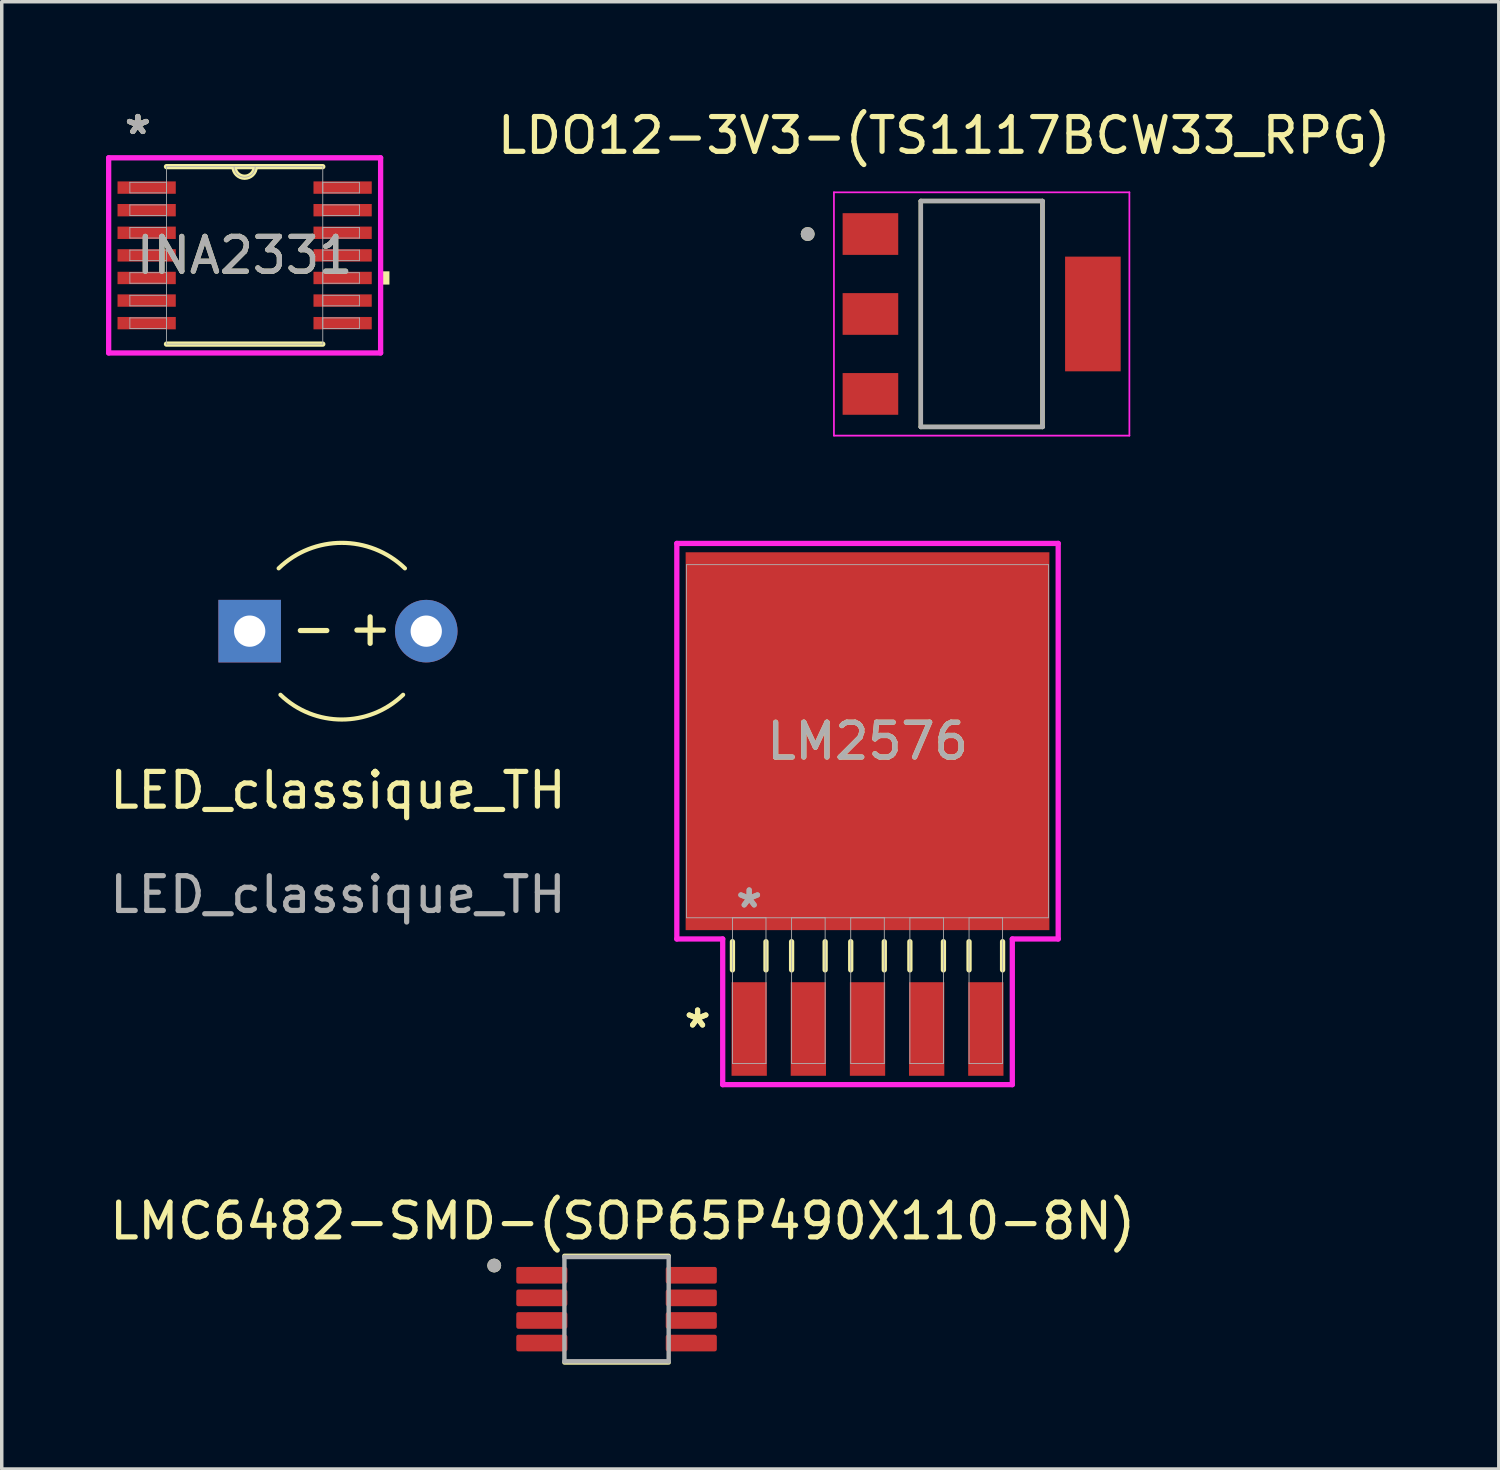
<source format=kicad_pcb>
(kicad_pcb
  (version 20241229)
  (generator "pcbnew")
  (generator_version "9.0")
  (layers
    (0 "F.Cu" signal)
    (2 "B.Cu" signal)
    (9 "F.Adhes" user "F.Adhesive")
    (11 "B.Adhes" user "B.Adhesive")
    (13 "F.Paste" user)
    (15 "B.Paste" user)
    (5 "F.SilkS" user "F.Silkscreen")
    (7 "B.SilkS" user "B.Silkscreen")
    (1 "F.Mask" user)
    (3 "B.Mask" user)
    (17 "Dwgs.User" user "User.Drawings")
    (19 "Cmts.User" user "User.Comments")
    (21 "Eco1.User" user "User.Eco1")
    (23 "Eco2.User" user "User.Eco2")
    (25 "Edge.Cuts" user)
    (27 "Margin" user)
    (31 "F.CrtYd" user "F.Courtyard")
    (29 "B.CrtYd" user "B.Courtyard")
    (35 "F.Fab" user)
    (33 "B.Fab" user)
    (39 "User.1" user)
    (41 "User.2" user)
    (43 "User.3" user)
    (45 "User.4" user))
  (footprint "LDO12-3V3-(TS1117BCW33_RPG)"
    (layer "F.Cu")
    (at 25.192 5.983)
    (property "Reference" "LDO12-3V3-(TS1117BCW33_RPG)" (at -1.08 -5.135 0) (layer "F.SilkS") (effects (font (size 1 1) (thickness 0.15))))
    (attr smd)
    (fp_line (start -1.75 -3.25) (end 1.75 -3.25) (stroke (width 0.127) (type solid)) (layer "F.SilkS"))
    (fp_line (start -1.75 3.25) (end -1.75 -3.25) (stroke (width 0.127) (type solid)) (layer "F.SilkS"))
    (fp_line (start 1.75 -3.25) (end 1.75 3.25) (stroke (width 0.127) (type solid)) (layer "F.SilkS"))
    (fp_line (start 1.75 3.25) (end -1.75 3.25) (stroke (width 0.127) (type solid)) (layer "F.SilkS"))
    (fp_circle (center -5.005 -2.3) (end -4.905 -2.3) (stroke (width 0.2) (type solid)) (fill no) (layer "F.SilkS"))
    (fp_line (start -4.25 -3.5) (end -4.25 3.5) (stroke (width 0.05) (type solid)) (layer "F.CrtYd"))
    (fp_line (start -4.25 3.5) (end 4.25 3.5) (stroke (width 0.05) (type solid)) (layer "F.CrtYd"))
    (fp_line (start 4.25 -3.5) (end -4.25 -3.5) (stroke (width 0.05) (type solid)) (layer "F.CrtYd"))
    (fp_line (start 4.25 3.5) (end 4.25 -3.5) (stroke (width 0.05) (type solid)) (layer "F.CrtYd"))
    (fp_line (start -1.75 -3.25) (end 1.75 -3.25) (stroke (width 0.127) (type solid)) (layer "F.Fab"))
    (fp_line (start -1.75 3.25) (end -1.75 -3.25) (stroke (width 0.127) (type solid)) (layer "F.Fab"))
    (fp_line (start 1.75 -3.25) (end 1.75 3.25) (stroke (width 0.127) (type solid)) (layer "F.Fab"))
    (fp_line (start 1.75 3.25) (end -1.75 3.25) (stroke (width 0.127) (type solid)) (layer "F.Fab"))
    (fp_circle (center -5.005 -2.3) (end -4.905 -2.3) (stroke (width 0.2) (type solid)) (fill no) (layer "F.Fab"))
    (pad "1" smd rect (at -3.2 -2.3) (size 1.6 1.2) (layers "F.Cu" "F.Mask" "F.Paste"))
    (pad "2" smd rect (at -3.2 0) (size 1.6 1.2) (layers "F.Cu" "F.Mask" "F.Paste"))
    (pad "3" smd rect (at -3.2 2.3) (size 1.6 1.2) (layers "F.Cu" "F.Mask" "F.Paste"))
    (pad "4" smd rect (at 3.2 0) (size 1.6 3.3) (layers "F.Cu" "F.Mask" "F.Paste")))
  (footprint "INA2331"
    (layer "F.Cu")
    (at 3.988 4.297)
    (property "Reference" "INA2331" (at 0 0 0) (unlocked yes) (layer "F.SilkS") (effects (font (size 1 1) (thickness 0.15))))
    (attr smd)
    (fp_line (start -2.248 2.553) (end 2.248 2.553) (stroke (width 0.152) (type solid)) (layer "F.SilkS"))
    (fp_line (start 2.248 -2.553) (end -2.248 -2.553) (stroke (width 0.152) (type solid)) (layer "F.SilkS"))
    (fp_arc (start 0.3048 -2.5527) (mid 0 -2.2479) (end -0.3048 -2.5527) (stroke (width 0.1524) (type solid)) (layer "F.SilkS"))
    (fp_poly (pts (xy 4.166 0.459) (xy 4.166 0.84) (xy 3.912 0.84) (xy 3.912 0.459)) (stroke (width 0) (type solid)) (fill yes) (layer "F.SilkS"))
    (fp_line (start -3.912 -2.807) (end 3.912 -2.807) (stroke (width 0.152) (type solid)) (layer "F.CrtYd"))
    (fp_line (start -3.912 2.807) (end -3.912 -2.807) (stroke (width 0.152) (type solid)) (layer "F.CrtYd"))
    (fp_line (start 3.912 -2.807) (end 3.912 2.807) (stroke (width 0.152) (type solid)) (layer "F.CrtYd"))
    (fp_line (start 3.912 2.807) (end -3.912 2.807) (stroke (width 0.152) (type solid)) (layer "F.CrtYd"))
    (fp_line (start -3.302 -2.102) (end -3.302 -1.798) (stroke (width 0.025) (type solid)) (layer "F.Fab"))
    (fp_line (start -3.302 -1.798) (end -2.248 -1.798) (stroke (width 0.025) (type solid)) (layer "F.Fab"))
    (fp_line (start -3.302 -1.452) (end -3.302 -1.148) (stroke (width 0.025) (type solid)) (layer "F.Fab"))
    (fp_line (start -3.302 -1.148) (end -2.248 -1.148) (stroke (width 0.025) (type solid)) (layer "F.Fab"))
    (fp_line (start -3.302 -0.802) (end -3.302 -0.498) (stroke (width 0.025) (type solid)) (layer "F.Fab"))
    (fp_line (start -3.302 -0.498) (end -2.248 -0.498) (stroke (width 0.025) (type solid)) (layer "F.Fab"))
    (fp_line (start -3.302 -0.152) (end -3.302 0.152) (stroke (width 0.025) (type solid)) (layer "F.Fab"))
    (fp_line (start -3.302 0.152) (end -2.248 0.152) (stroke (width 0.025) (type solid)) (layer "F.Fab"))
    (fp_line (start -3.302 0.498) (end -3.302 0.802) (stroke (width 0.025) (type solid)) (layer "F.Fab"))
    (fp_line (start -3.302 0.802) (end -2.248 0.802) (stroke (width 0.025) (type solid)) (layer "F.Fab"))
    (fp_line (start -3.302 1.148) (end -3.302 1.452) (stroke (width 0.025) (type solid)) (layer "F.Fab"))
    (fp_line (start -3.302 1.452) (end -2.248 1.452) (stroke (width 0.025) (type solid)) (layer "F.Fab"))
    (fp_line (start -3.302 1.798) (end -3.302 2.102) (stroke (width 0.025) (type solid)) (layer "F.Fab"))
    (fp_line (start -3.302 2.102) (end -2.248 2.102) (stroke (width 0.025) (type solid)) (layer "F.Fab"))
    (fp_line (start -2.248 -2.553) (end -2.248 2.553) (stroke (width 0.025) (type solid)) (layer "F.Fab"))
    (fp_line (start -2.248 -2.102) (end -3.302 -2.102) (stroke (width 0.025) (type solid)) (layer "F.Fab"))
    (fp_line (start -2.248 -1.798) (end -2.248 -2.102) (stroke (width 0.025) (type solid)) (layer "F.Fab"))
    (fp_line (start -2.248 -1.452) (end -3.302 -1.452) (stroke (width 0.025) (type solid)) (layer "F.Fab"))
    (fp_line (start -2.248 -1.148) (end -2.248 -1.452) (stroke (width 0.025) (type solid)) (layer "F.Fab"))
    (fp_line (start -2.248 -0.802) (end -3.302 -0.802) (stroke (width 0.025) (type solid)) (layer "F.Fab"))
    (fp_line (start -2.248 -0.498) (end -2.248 -0.802) (stroke (width 0.025) (type solid)) (layer "F.Fab"))
    (fp_line (start -2.248 -0.152) (end -3.302 -0.152) (stroke (width 0.025) (type solid)) (layer "F.Fab"))
    (fp_line (start -2.248 0.152) (end -2.248 -0.152) (stroke (width 0.025) (type solid)) (layer "F.Fab"))
    (fp_line (start -2.248 0.498) (end -3.302 0.498) (stroke (width 0.025) (type solid)) (layer "F.Fab"))
    (fp_line (start -2.248 0.802) (end -2.248 0.498) (stroke (width 0.025) (type solid)) (layer "F.Fab"))
    (fp_line (start -2.248 1.148) (end -3.302 1.148) (stroke (width 0.025) (type solid)) (layer "F.Fab"))
    (fp_line (start -2.248 1.452) (end -2.248 1.148) (stroke (width 0.025) (type solid)) (layer "F.Fab"))
    (fp_line (start -2.248 1.798) (end -3.302 1.798) (stroke (width 0.025) (type solid)) (layer "F.Fab"))
    (fp_line (start -2.248 2.102) (end -2.248 1.798) (stroke (width 0.025) (type solid)) (layer "F.Fab"))
    (fp_line (start -2.248 2.553) (end 2.248 2.553) (stroke (width 0.025) (type solid)) (layer "F.Fab"))
    (fp_line (start 2.248 -2.553) (end -2.248 -2.553) (stroke (width 0.025) (type solid)) (layer "F.Fab"))
    (fp_line (start 2.248 -2.102) (end 2.248 -1.798) (stroke (width 0.025) (type solid)) (layer "F.Fab"))
    (fp_line (start 2.248 -1.798) (end 3.302 -1.798) (stroke (width 0.025) (type solid)) (layer "F.Fab"))
    (fp_line (start 2.248 -1.452) (end 2.248 -1.148) (stroke (width 0.025) (type solid)) (layer "F.Fab"))
    (fp_line (start 2.248 -1.148) (end 3.302 -1.148) (stroke (width 0.025) (type solid)) (layer "F.Fab"))
    (fp_line (start 2.248 -0.802) (end 2.248 -0.498) (stroke (width 0.025) (type solid)) (layer "F.Fab"))
    (fp_line (start 2.248 -0.498) (end 3.302 -0.498) (stroke (width 0.025) (type solid)) (layer "F.Fab"))
    (fp_line (start 2.248 -0.152) (end 2.248 0.152) (stroke (width 0.025) (type solid)) (layer "F.Fab"))
    (fp_line (start 2.248 0.152) (end 3.302 0.152) (stroke (width 0.025) (type solid)) (layer "F.Fab"))
    (fp_line (start 2.248 0.498) (end 2.248 0.802) (stroke (width 0.025) (type solid)) (layer "F.Fab"))
    (fp_line (start 2.248 0.802) (end 3.302 0.802) (stroke (width 0.025) (type solid)) (layer "F.Fab"))
    (fp_line (start 2.248 1.148) (end 2.248 1.452) (stroke (width 0.025) (type solid)) (layer "F.Fab"))
    (fp_line (start 2.248 1.452) (end 3.302 1.452) (stroke (width 0.025) (type solid)) (layer "F.Fab"))
    (fp_line (start 2.248 1.798) (end 2.248 2.102) (stroke (width 0.025) (type solid)) (layer "F.Fab"))
    (fp_line (start 2.248 2.102) (end 3.302 2.102) (stroke (width 0.025) (type solid)) (layer "F.Fab"))
    (fp_line (start 2.248 2.553) (end 2.248 -2.553) (stroke (width 0.025) (type solid)) (layer "F.Fab"))
    (fp_line (start 3.302 -2.102) (end 2.248 -2.102) (stroke (width 0.025) (type solid)) (layer "F.Fab"))
    (fp_line (start 3.302 -1.798) (end 3.302 -2.102) (stroke (width 0.025) (type solid)) (layer "F.Fab"))
    (fp_line (start 3.302 -1.452) (end 2.248 -1.452) (stroke (width 0.025) (type solid)) (layer "F.Fab"))
    (fp_line (start 3.302 -1.148) (end 3.302 -1.452) (stroke (width 0.025) (type solid)) (layer "F.Fab"))
    (fp_line (start 3.302 -0.802) (end 2.248 -0.802) (stroke (width 0.025) (type solid)) (layer "F.Fab"))
    (fp_line (start 3.302 -0.498) (end 3.302 -0.802) (stroke (width 0.025) (type solid)) (layer "F.Fab"))
    (fp_line (start 3.302 -0.152) (end 2.248 -0.152) (stroke (width 0.025) (type solid)) (layer "F.Fab"))
    (fp_line (start 3.302 0.152) (end 3.302 -0.152) (stroke (width 0.025) (type solid)) (layer "F.Fab"))
    (fp_line (start 3.302 0.498) (end 2.248 0.498) (stroke (width 0.025) (type solid)) (layer "F.Fab"))
    (fp_line (start 3.302 0.802) (end 3.302 0.498) (stroke (width 0.025) (type solid)) (layer "F.Fab"))
    (fp_line (start 3.302 1.148) (end 2.248 1.148) (stroke (width 0.025) (type solid)) (layer "F.Fab"))
    (fp_line (start 3.302 1.452) (end 3.302 1.148) (stroke (width 0.025) (type solid)) (layer "F.Fab"))
    (fp_line (start 3.302 1.798) (end 2.248 1.798) (stroke (width 0.025) (type solid)) (layer "F.Fab"))
    (fp_line (start 3.302 2.102) (end 3.302 1.798) (stroke (width 0.025) (type solid)) (layer "F.Fab"))
    (fp_arc (start 0.3048 -2.5527) (mid 0 -2.2479) (end -0.3048 -2.5527) (stroke (width 0.0254) (type solid)) (layer "F.Fab"))
    (fp_text user "*" (at -3.073 -3.449 0) (unlocked yes) (layer "F.SilkS") (effects (font (size 1 1) (thickness 0.15))))
    (fp_text user "*" (at -3.073 -3.449 0) (layer "F.SilkS") (effects (font (size 1 1) (thickness 0.15))))
    (fp_text user "${REFERENCE}" (at 0 0 0) (unlocked yes) (layer "F.Fab") (effects (font (size 1 1) (thickness 0.15))))
    (fp_text user "*" (at -3.073 -3.449 0) (layer "F.Fab") (effects (font (size 1 1) (thickness 0.15))))
    (fp_text user "*" (at -3.073 -3.449 0) (unlocked yes) (layer "F.Fab") (effects (font (size 1 1) (thickness 0.15))))
    (pad "1" smd rect (at -2.819 -1.95) (size 1.676 0.356) (layers "F.Cu" "F.Mask" "F.Paste"))
    (pad "2" smd rect (at -2.819 -1.3) (size 1.676 0.356) (layers "F.Cu" "F.Mask" "F.Paste"))
    (pad "3" smd rect (at -2.819 -0.65) (size 1.676 0.356) (layers "F.Cu" "F.Mask" "F.Paste"))
    (pad "4" smd rect (at -2.819 0) (size 1.676 0.356) (layers "F.Cu" "F.Mask" "F.Paste"))
    (pad "5" smd rect (at -2.819 0.65) (size 1.676 0.356) (layers "F.Cu" "F.Mask" "F.Paste"))
    (pad "6" smd rect (at -2.819 1.3) (size 1.676 0.356) (layers "F.Cu" "F.Mask" "F.Paste"))
    (pad "7" smd rect (at -2.819 1.95) (size 1.676 0.356) (layers "F.Cu" "F.Mask" "F.Paste"))
    (pad "8" smd rect (at 2.819 1.95) (size 1.676 0.356) (layers "F.Cu" "F.Mask" "F.Paste"))
    (pad "9" smd rect (at 2.819 1.3) (size 1.676 0.356) (layers "F.Cu" "F.Mask" "F.Paste"))
    (pad "10" smd rect (at 2.819 0.65) (size 1.676 0.356) (layers "F.Cu" "F.Mask" "F.Paste"))
    (pad "11" smd rect (at 2.819 0) (size 1.676 0.356) (layers "F.Cu" "F.Mask" "F.Paste"))
    (pad "12" smd rect (at 2.819 -0.65) (size 1.676 0.356) (layers "F.Cu" "F.Mask" "F.Paste"))
    (pad "13" smd rect (at 2.819 -1.3) (size 1.676 0.356) (layers "F.Cu" "F.Mask" "F.Paste"))
    (pad "14" smd rect (at 2.819 -1.95) (size 1.676 0.356) (layers "F.Cu" "F.Mask" "F.Paste")))
  (footprint "LMC6482-SMD-(SOP65P490X110-8N)"
    (layer "F.Cu")
    (at 14.688 34.614)
    (property "Reference" "LMC6482-SMD-(SOP65P490X110-8N)" (at 0.175 -2.535 0) (layer "F.SilkS") (effects (font (size 1 1) (thickness 0.15))))
    (attr smd)
    (fp_line (start -1.5 -1.535) (end 1.5 -1.535) (stroke (width 0.127) (type solid)) (layer "F.SilkS"))
    (fp_line (start -1.5 1.535) (end 1.5 1.535) (stroke (width 0.127) (type solid)) (layer "F.SilkS"))
    (fp_circle (center -3.52 -1.255) (end -3.42 -1.255) (stroke (width 0.2) (type solid)) (fill no) (layer "F.SilkS"))
    (fp_line (start -1.5 -1.5) (end -1.5 1.5) (stroke (width 0.127) (type solid)) (layer "F.Fab"))
    (fp_line (start -1.5 -1.5) (end 1.5 -1.5) (stroke (width 0.127) (type solid)) (layer "F.Fab"))
    (fp_line (start -1.5 1.5) (end 1.5 1.5) (stroke (width 0.127) (type solid)) (layer "F.Fab"))
    (fp_line (start 1.5 -1.5) (end 1.5 1.5) (stroke (width 0.127) (type solid)) (layer "F.Fab"))
    (fp_circle (center -3.52 -1.255) (end -3.42 -1.255) (stroke (width 0.2) (type solid)) (fill no) (layer "F.Fab"))
    (pad "1" smd roundrect (at -2.15 -0.975) (size 1.47 0.48) (layers "F.Cu" "F.Mask" "F.Paste") (roundrect_rratio 0.125))
    (pad "2" smd roundrect (at -2.15 -0.325) (size 1.47 0.48) (layers "F.Cu" "F.Mask" "F.Paste") (roundrect_rratio 0.125))
    (pad "3" smd roundrect (at -2.15 0.325) (size 1.47 0.48) (layers "F.Cu" "F.Mask" "F.Paste") (roundrect_rratio 0.125))
    (pad "4" smd roundrect (at -2.15 0.975) (size 1.47 0.48) (layers "F.Cu" "F.Mask" "F.Paste") (roundrect_rratio 0.125))
    (pad "5" smd roundrect (at 2.15 0.975) (size 1.47 0.48) (layers "F.Cu" "F.Mask" "F.Paste") (roundrect_rratio 0.125))
    (pad "6" smd roundrect (at 2.15 0.325) (size 1.47 0.48) (layers "F.Cu" "F.Mask" "F.Paste") (roundrect_rratio 0.125))
    (pad "7" smd roundrect (at 2.15 -0.325) (size 1.47 0.48) (layers "F.Cu" "F.Mask" "F.Paste") (roundrect_rratio 0.125))
    (pad "8" smd roundrect (at 2.15 -0.975) (size 1.47 0.48) (layers "F.Cu" "F.Mask" "F.Paste") (roundrect_rratio 0.125)))
  (footprint "LED_classique_TH"
    (layer "F.Cu")
    (at 6.673 20.188)
    (property "Reference" "LED_classique_TH" (at 0 -0.5 0) (unlocked yes) (layer "F.SilkS") (effects (font (size 1 1) (thickness 0.15))))
    (attr through_hole)
    (fp_arc (start -1.706267 -6.887185) (mid 0.110205 -7.62) (end 1.926563 -6.8869) (stroke (width 0.12) (type solid)) (layer "F.SilkS"))
    (fp_arc (start 1.874632 -3.249762) (mid 0.110198 -2.53762) (end -1.654346 -3.249487) (stroke (width 0.12) (type solid)) (layer "F.SilkS"))
    (fp_text user "+" (at 0.208 -4.599 0) (unlocked yes) (layer "F.SilkS") (effects (font (size 1 1) (thickness 0.15)) (justify left bottom)))
    (fp_text user "-" (at -1.419 -4.587 0) (unlocked yes) (layer "F.SilkS") (effects (font (size 1 1) (thickness 0.15)) (justify left bottom)))
    (fp_text user "${REFERENCE}" (at 0 2.5 0) (unlocked yes) (layer "F.Fab") (effects (font (size 1 1) (thickness 0.15))))
    (pad "1" thru_hole rect (at -2.54 -5.08) (size 1.8 1.8) (drill 0.9) (layers "*.Cu" "*.Mask"))
    (pad "2" thru_hole circle (at 2.54 -5.08) (size 1.8 1.8) (drill 0.9) (layers "*.Cu" "*.Mask")))
  (footprint "LM2576"
    (layer "F.Cu")
    (at 21.908 18.274)
    (property "Reference" "LM2576" (at 0 0 0) (unlocked yes) (layer "F.SilkS") (effects (font (size 1 1) (thickness 0.15))))
    (attr smd)
    (fp_line (start -3.886 5.768) (end -3.886 6.579) (stroke (width 0.152) (type solid)) (layer "F.SilkS"))
    (fp_line (start -2.921 5.768) (end -2.921 6.579) (stroke (width 0.152) (type solid)) (layer "F.SilkS"))
    (fp_line (start -2.184 5.768) (end -2.184 6.579) (stroke (width 0.152) (type solid)) (layer "F.SilkS"))
    (fp_line (start -1.219 5.768) (end -1.219 6.579) (stroke (width 0.152) (type solid)) (layer "F.SilkS"))
    (fp_line (start -0.483 5.768) (end -0.483 6.579) (stroke (width 0.152) (type solid)) (layer "F.SilkS"))
    (fp_line (start 0.483 5.768) (end 0.483 6.579) (stroke (width 0.152) (type solid)) (layer "F.SilkS"))
    (fp_line (start 1.219 5.768) (end 1.219 6.579) (stroke (width 0.152) (type solid)) (layer "F.SilkS"))
    (fp_line (start 2.184 5.768) (end 2.184 6.579) (stroke (width 0.152) (type solid)) (layer "F.SilkS"))
    (fp_line (start 2.921 5.768) (end 2.921 6.579) (stroke (width 0.152) (type solid)) (layer "F.SilkS"))
    (fp_line (start 3.886 5.768) (end 3.886 6.579) (stroke (width 0.152) (type solid)) (layer "F.SilkS"))
    (fp_line (start -5.486 -5.69) (end 5.486 -5.69) (stroke (width 0.152) (type solid)) (layer "F.CrtYd"))
    (fp_line (start -5.486 5.69) (end -5.486 -5.69) (stroke (width 0.152) (type solid)) (layer "F.CrtYd"))
    (fp_line (start -4.166 5.69) (end -5.486 5.69) (stroke (width 0.152) (type solid)) (layer "F.CrtYd"))
    (fp_line (start -4.166 9.881) (end -4.166 5.69) (stroke (width 0.152) (type solid)) (layer "F.CrtYd"))
    (fp_line (start 4.166 5.69) (end 4.166 9.881) (stroke (width 0.152) (type solid)) (layer "F.CrtYd"))
    (fp_line (start 4.166 9.881) (end -4.166 9.881) (stroke (width 0.152) (type solid)) (layer "F.CrtYd"))
    (fp_line (start 5.486 -5.69) (end 5.486 5.69) (stroke (width 0.152) (type solid)) (layer "F.CrtYd"))
    (fp_line (start 5.486 5.69) (end 4.166 5.69) (stroke (width 0.152) (type solid)) (layer "F.CrtYd"))
    (fp_line (start -5.207 -5.08) (end -5.207 5.08) (stroke (width 0.025) (type solid)) (layer "F.Fab"))
    (fp_line (start -5.207 5.08) (end 5.207 5.08) (stroke (width 0.025) (type solid)) (layer "F.Fab"))
    (fp_line (start -3.886 5.08) (end -3.886 9.271) (stroke (width 0.025) (type solid)) (layer "F.Fab"))
    (fp_line (start -3.886 9.271) (end -2.921 9.271) (stroke (width 0.025) (type solid)) (layer "F.Fab"))
    (fp_line (start -2.921 5.08) (end -3.886 5.08) (stroke (width 0.025) (type solid)) (layer "F.Fab"))
    (fp_line (start -2.921 9.271) (end -2.921 5.08) (stroke (width 0.025) (type solid)) (layer "F.Fab"))
    (fp_line (start -2.184 5.08) (end -2.184 9.271) (stroke (width 0.025) (type solid)) (layer "F.Fab"))
    (fp_line (start -2.184 9.271) (end -1.219 9.271) (stroke (width 0.025) (type solid)) (layer "F.Fab"))
    (fp_line (start -1.219 5.08) (end -2.184 5.08) (stroke (width 0.025) (type solid)) (layer "F.Fab"))
    (fp_line (start -1.219 9.271) (end -1.219 5.08) (stroke (width 0.025) (type solid)) (layer "F.Fab"))
    (fp_line (start -0.483 5.08) (end -0.483 9.271) (stroke (width 0.025) (type solid)) (layer "F.Fab"))
    (fp_line (start -0.483 9.271) (end 0.483 9.271) (stroke (width 0.025) (type solid)) (layer "F.Fab"))
    (fp_line (start 0.483 5.08) (end -0.483 5.08) (stroke (width 0.025) (type solid)) (layer "F.Fab"))
    (fp_line (start 0.483 9.271) (end 0.483 5.08) (stroke (width 0.025) (type solid)) (layer "F.Fab"))
    (fp_line (start 1.219 5.08) (end 1.219 9.271) (stroke (width 0.025) (type solid)) (layer "F.Fab"))
    (fp_line (start 1.219 9.271) (end 2.184 9.271) (stroke (width 0.025) (type solid)) (layer "F.Fab"))
    (fp_line (start 2.184 5.08) (end 1.219 5.08) (stroke (width 0.025) (type solid)) (layer "F.Fab"))
    (fp_line (start 2.184 9.271) (end 2.184 5.08) (stroke (width 0.025) (type solid)) (layer "F.Fab"))
    (fp_line (start 2.921 5.08) (end 2.921 9.271) (stroke (width 0.025) (type solid)) (layer "F.Fab"))
    (fp_line (start 2.921 9.271) (end 3.886 9.271) (stroke (width 0.025) (type solid)) (layer "F.Fab"))
    (fp_line (start 3.886 5.08) (end 2.921 5.08) (stroke (width 0.025) (type solid)) (layer "F.Fab"))
    (fp_line (start 3.886 9.271) (end 3.886 5.08) (stroke (width 0.025) (type solid)) (layer "F.Fab"))
    (fp_line (start 5.207 -5.08) (end -5.207 -5.08) (stroke (width 0.025) (type solid)) (layer "F.Fab"))
    (fp_line (start 5.207 5.08) (end 5.207 -5.08) (stroke (width 0.025) (type solid)) (layer "F.Fab"))
    (fp_text user "*" (at -4.889 8.28 0) (unlocked yes) (layer "F.SilkS") (effects (font (size 1 1) (thickness 0.15))))
    (fp_text user "*" (at -4.889 8.28 0) (layer "F.SilkS") (effects (font (size 1 1) (thickness 0.15))))
    (fp_text user "*" (at -3.404 4.826 0) (unlocked yes) (layer "F.Fab") (effects (font (size 1 1) (thickness 0.15))))
    (fp_text user "*" (at -3.404 4.826 0) (layer "F.Fab") (effects (font (size 1 1) (thickness 0.15))))
    (fp_text user "${REFERENCE}" (at 0 0 0) (unlocked yes) (layer "F.Fab") (effects (font (size 1 1) (thickness 0.15))))
    (pad "1" smd rect (at -3.404 8.28) (size 1.016 2.692) (layers "F.Cu" "F.Mask" "F.Paste"))
    (pad "2" smd rect (at -1.702 8.28) (size 1.016 2.692) (layers "F.Cu" "F.Mask" "F.Paste"))
    (pad "3" smd rect (at 0 8.28) (size 1.016 2.692) (layers "F.Cu" "F.Mask" "F.Paste"))
    (pad "4" smd rect (at 1.702 8.28) (size 1.016 2.692) (layers "F.Cu" "F.Mask" "F.Paste"))
    (pad "5" smd rect (at 3.404 8.28) (size 1.016 2.692) (layers "F.Cu" "F.Mask" "F.Paste"))
    (pad "6" smd rect (at 0 0) (size 10.465 10.871) (layers "F.Cu" "F.Mask" "F.Paste")))
  (gr_rect
    (start -3 -3)
    (end 40.07 39.213)
    (stroke (width 0.1) (type default))
    (fill no)
    (layer "Edge.Cuts")))
</source>
